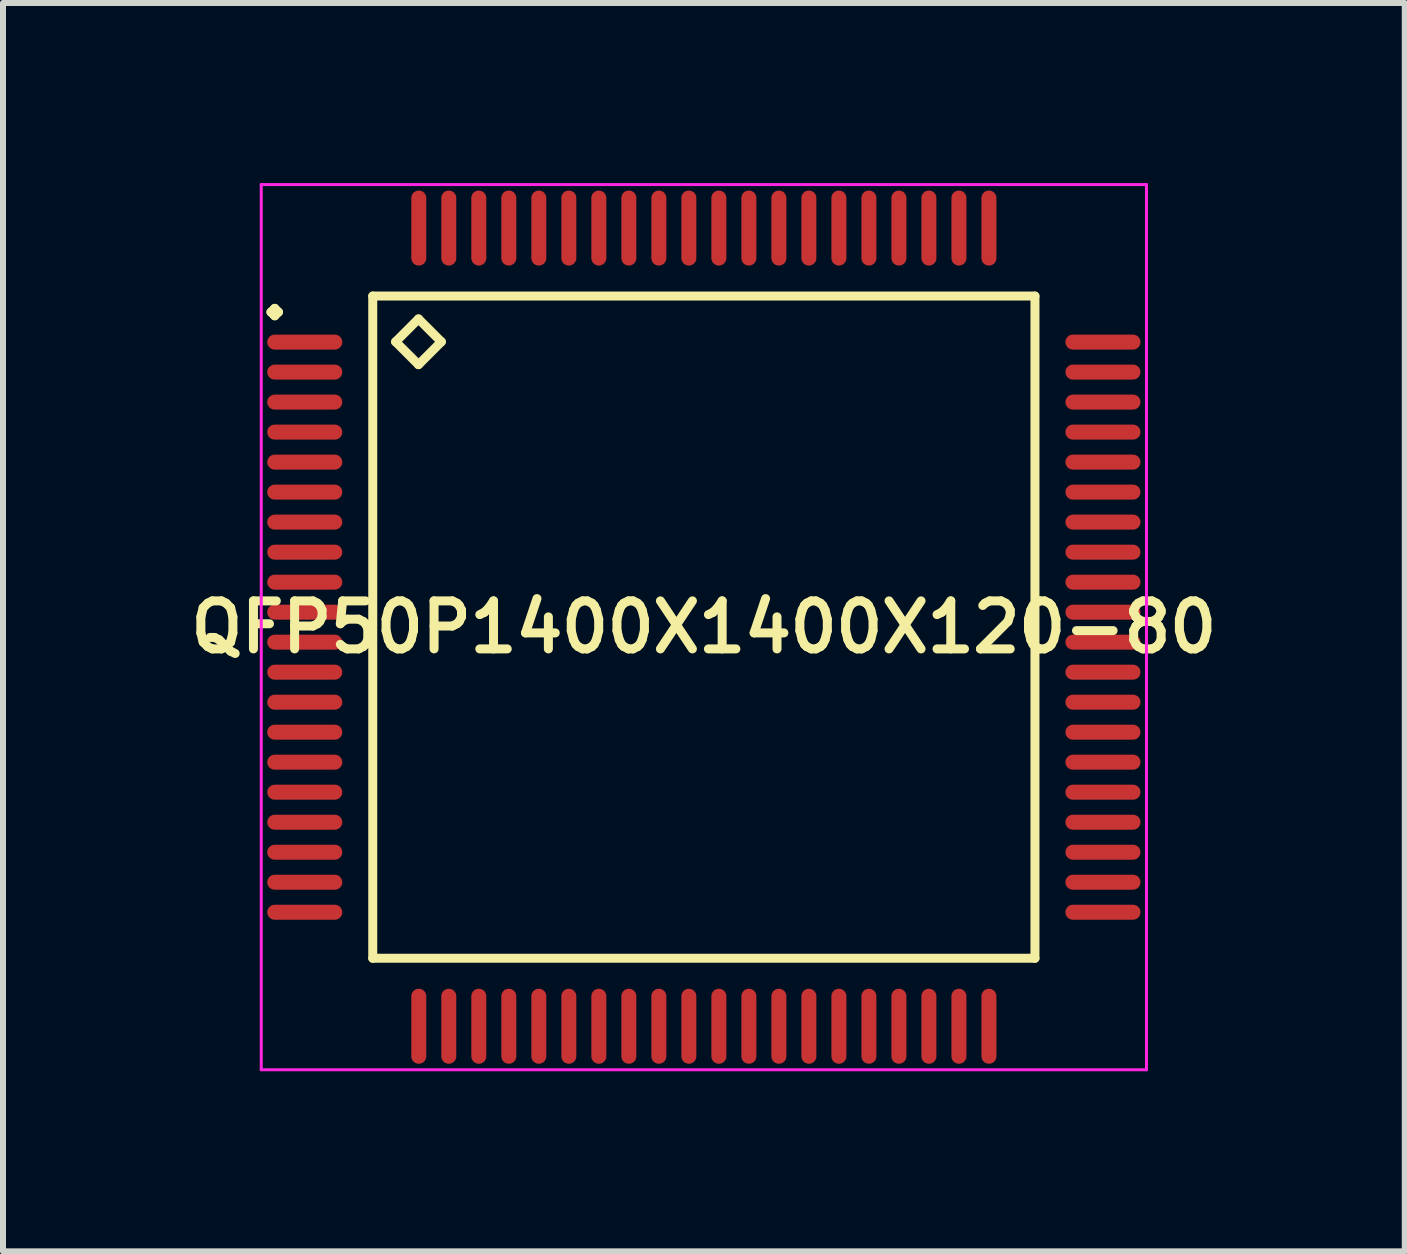
<source format=kicad_pcb>
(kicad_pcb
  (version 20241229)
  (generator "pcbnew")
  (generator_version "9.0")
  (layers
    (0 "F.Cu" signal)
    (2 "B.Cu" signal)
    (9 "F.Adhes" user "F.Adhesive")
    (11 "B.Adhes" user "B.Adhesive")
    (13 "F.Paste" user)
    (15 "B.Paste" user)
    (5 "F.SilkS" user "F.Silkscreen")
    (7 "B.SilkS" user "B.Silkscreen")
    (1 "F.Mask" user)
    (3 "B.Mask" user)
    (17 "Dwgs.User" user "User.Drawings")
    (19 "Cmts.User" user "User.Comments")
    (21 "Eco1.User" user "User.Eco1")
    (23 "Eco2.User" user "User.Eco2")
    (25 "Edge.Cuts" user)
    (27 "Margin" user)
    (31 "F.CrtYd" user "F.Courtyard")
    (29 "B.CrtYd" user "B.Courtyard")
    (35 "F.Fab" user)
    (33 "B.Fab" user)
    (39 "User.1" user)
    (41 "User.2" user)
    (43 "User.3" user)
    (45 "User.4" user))
  (footprint "QFP50P1400X1400X120-80"
    (layer "F.Cu")
    (at 8.678 7.4)
    (property "Reference" "QFP50P1400X1400X120-80" (at 0 0 0) (layer "F.SilkS") (effects (font (size 0.8 0.8) (thickness 0.15))))
    (attr smd)
    (fp_line (start -7.213 -5.25) (end -7.15 -5.312) (stroke (width 0.15) (type solid)) (layer "F.SilkS"))
    (fp_line (start -7.15 -5.312) (end -7.088 -5.25) (stroke (width 0.15) (type solid)) (layer "F.SilkS"))
    (fp_line (start -7.15 -5.188) (end -7.213 -5.25) (stroke (width 0.15) (type solid)) (layer "F.SilkS"))
    (fp_line (start -7.088 -5.25) (end -7.15 -5.188) (stroke (width 0.15) (type solid)) (layer "F.SilkS"))
    (fp_line (start -5.517 -5.517) (end -5.517 5.517) (stroke (width 0.15) (type solid)) (layer "F.SilkS"))
    (fp_line (start -5.517 5.517) (end 5.517 5.517) (stroke (width 0.15) (type solid)) (layer "F.SilkS"))
    (fp_line (start -5.136 -4.755) (end -4.755 -5.136) (stroke (width 0.15) (type solid)) (layer "F.SilkS"))
    (fp_line (start -4.755 -5.136) (end -4.374 -4.755) (stroke (width 0.15) (type solid)) (layer "F.SilkS"))
    (fp_line (start -4.755 -4.374) (end -5.136 -4.755) (stroke (width 0.15) (type solid)) (layer "F.SilkS"))
    (fp_line (start -4.374 -4.755) (end -4.755 -4.374) (stroke (width 0.15) (type solid)) (layer "F.SilkS"))
    (fp_line (start 5.517 -5.517) (end -5.517 -5.517) (stroke (width 0.15) (type solid)) (layer "F.SilkS"))
    (fp_line (start 5.517 5.517) (end 5.517 -5.517) (stroke (width 0.15) (type solid)) (layer "F.SilkS"))
    (fp_line (start -7.375 -7.375) (end 7.375 -7.375) (stroke (width 0.05) (type solid)) (layer "F.CrtYd"))
    (fp_line (start -7.375 7.375) (end -7.375 -7.375) (stroke (width 0.05) (type solid)) (layer "F.CrtYd"))
    (fp_line (start 7.375 -7.375) (end 7.375 7.375) (stroke (width 0.05) (type solid)) (layer "F.CrtYd"))
    (fp_line (start 7.375 7.375) (end -7.375 7.375) (stroke (width 0.05) (type solid)) (layer "F.CrtYd"))
    (pad "1" smd oval (at -6.65 -4.75) (size 1.25 0.25) (layers "F.Cu" "F.Mask" "F.Paste"))
    (pad "2" smd oval (at -6.65 -4.25) (size 1.25 0.25) (layers "F.Cu" "F.Mask" "F.Paste"))
    (pad "3" smd oval (at -6.65 -3.75) (size 1.25 0.25) (layers "F.Cu" "F.Mask" "F.Paste"))
    (pad "4" smd oval (at -6.65 -3.25) (size 1.25 0.25) (layers "F.Cu" "F.Mask" "F.Paste"))
    (pad "5" smd oval (at -6.65 -2.75) (size 1.25 0.25) (layers "F.Cu" "F.Mask" "F.Paste"))
    (pad "6" smd oval (at -6.65 -2.25) (size 1.25 0.25) (layers "F.Cu" "F.Mask" "F.Paste"))
    (pad "7" smd oval (at -6.65 -1.75) (size 1.25 0.25) (layers "F.Cu" "F.Mask" "F.Paste"))
    (pad "8" smd oval (at -6.65 -1.25) (size 1.25 0.25) (layers "F.Cu" "F.Mask" "F.Paste"))
    (pad "9" smd oval (at -6.65 -0.75) (size 1.25 0.25) (layers "F.Cu" "F.Mask" "F.Paste"))
    (pad "10" smd oval (at -6.65 -0.25) (size 1.25 0.25) (layers "F.Cu" "F.Mask" "F.Paste"))
    (pad "11" smd oval (at -6.65 0.25) (size 1.25 0.25) (layers "F.Cu" "F.Mask" "F.Paste"))
    (pad "12" smd oval (at -6.65 0.75) (size 1.25 0.25) (layers "F.Cu" "F.Mask" "F.Paste"))
    (pad "13" smd oval (at -6.65 1.25) (size 1.25 0.25) (layers "F.Cu" "F.Mask" "F.Paste"))
    (pad "14" smd oval (at -6.65 1.75) (size 1.25 0.25) (layers "F.Cu" "F.Mask" "F.Paste"))
    (pad "15" smd oval (at -6.65 2.25) (size 1.25 0.25) (layers "F.Cu" "F.Mask" "F.Paste"))
    (pad "16" smd oval (at -6.65 2.75) (size 1.25 0.25) (layers "F.Cu" "F.Mask" "F.Paste"))
    (pad "17" smd oval (at -6.65 3.25) (size 1.25 0.25) (layers "F.Cu" "F.Mask" "F.Paste"))
    (pad "18" smd oval (at -6.65 3.75) (size 1.25 0.25) (layers "F.Cu" "F.Mask" "F.Paste"))
    (pad "19" smd oval (at -6.65 4.25) (size 1.25 0.25) (layers "F.Cu" "F.Mask" "F.Paste"))
    (pad "20" smd oval (at -6.65 4.75) (size 1.25 0.25) (layers "F.Cu" "F.Mask" "F.Paste"))
    (pad "21" smd oval (at -4.75 6.65) (size 0.25 1.25) (layers "F.Cu" "F.Mask" "F.Paste"))
    (pad "22" smd oval (at -4.25 6.65) (size 0.25 1.25) (layers "F.Cu" "F.Mask" "F.Paste"))
    (pad "23" smd oval (at -3.75 6.65) (size 0.25 1.25) (layers "F.Cu" "F.Mask" "F.Paste"))
    (pad "24" smd oval (at -3.25 6.65) (size 0.25 1.25) (layers "F.Cu" "F.Mask" "F.Paste"))
    (pad "25" smd oval (at -2.75 6.65) (size 0.25 1.25) (layers "F.Cu" "F.Mask" "F.Paste"))
    (pad "26" smd oval (at -2.25 6.65) (size 0.25 1.25) (layers "F.Cu" "F.Mask" "F.Paste"))
    (pad "27" smd oval (at -1.75 6.65) (size 0.25 1.25) (layers "F.Cu" "F.Mask" "F.Paste"))
    (pad "28" smd oval (at -1.25 6.65) (size 0.25 1.25) (layers "F.Cu" "F.Mask" "F.Paste"))
    (pad "29" smd oval (at -0.75 6.65) (size 0.25 1.25) (layers "F.Cu" "F.Mask" "F.Paste"))
    (pad "30" smd oval (at -0.25 6.65) (size 0.25 1.25) (layers "F.Cu" "F.Mask" "F.Paste"))
    (pad "31" smd oval (at 0.25 6.65) (size 0.25 1.25) (layers "F.Cu" "F.Mask" "F.Paste"))
    (pad "32" smd oval (at 0.75 6.65) (size 0.25 1.25) (layers "F.Cu" "F.Mask" "F.Paste"))
    (pad "33" smd oval (at 1.25 6.65) (size 0.25 1.25) (layers "F.Cu" "F.Mask" "F.Paste"))
    (pad "34" smd oval (at 1.75 6.65) (size 0.25 1.25) (layers "F.Cu" "F.Mask" "F.Paste"))
    (pad "35" smd oval (at 2.25 6.65) (size 0.25 1.25) (layers "F.Cu" "F.Mask" "F.Paste"))
    (pad "36" smd oval (at 2.75 6.65) (size 0.25 1.25) (layers "F.Cu" "F.Mask" "F.Paste"))
    (pad "37" smd oval (at 3.25 6.65) (size 0.25 1.25) (layers "F.Cu" "F.Mask" "F.Paste"))
    (pad "38" smd oval (at 3.75 6.65) (size 0.25 1.25) (layers "F.Cu" "F.Mask" "F.Paste"))
    (pad "39" smd oval (at 4.25 6.65) (size 0.25 1.25) (layers "F.Cu" "F.Mask" "F.Paste"))
    (pad "40" smd oval (at 4.75 6.65) (size 0.25 1.25) (layers "F.Cu" "F.Mask" "F.Paste"))
    (pad "41" smd oval (at 6.65 4.75) (size 1.25 0.25) (layers "F.Cu" "F.Mask" "F.Paste"))
    (pad "42" smd oval (at 6.65 4.25) (size 1.25 0.25) (layers "F.Cu" "F.Mask" "F.Paste"))
    (pad "43" smd oval (at 6.65 3.75) (size 1.25 0.25) (layers "F.Cu" "F.Mask" "F.Paste"))
    (pad "44" smd oval (at 6.65 3.25) (size 1.25 0.25) (layers "F.Cu" "F.Mask" "F.Paste"))
    (pad "45" smd oval (at 6.65 2.75) (size 1.25 0.25) (layers "F.Cu" "F.Mask" "F.Paste"))
    (pad "46" smd oval (at 6.65 2.25) (size 1.25 0.25) (layers "F.Cu" "F.Mask" "F.Paste"))
    (pad "47" smd oval (at 6.65 1.75) (size 1.25 0.25) (layers "F.Cu" "F.Mask" "F.Paste"))
    (pad "48" smd oval (at 6.65 1.25) (size 1.25 0.25) (layers "F.Cu" "F.Mask" "F.Paste"))
    (pad "49" smd oval (at 6.65 0.75) (size 1.25 0.25) (layers "F.Cu" "F.Mask" "F.Paste"))
    (pad "50" smd oval (at 6.65 0.25) (size 1.25 0.25) (layers "F.Cu" "F.Mask" "F.Paste"))
    (pad "51" smd oval (at 6.65 -0.25) (size 1.25 0.25) (layers "F.Cu" "F.Mask" "F.Paste"))
    (pad "52" smd oval (at 6.65 -0.75) (size 1.25 0.25) (layers "F.Cu" "F.Mask" "F.Paste"))
    (pad "53" smd oval (at 6.65 -1.25) (size 1.25 0.25) (layers "F.Cu" "F.Mask" "F.Paste"))
    (pad "54" smd oval (at 6.65 -1.75) (size 1.25 0.25) (layers "F.Cu" "F.Mask" "F.Paste"))
    (pad "55" smd oval (at 6.65 -2.25) (size 1.25 0.25) (layers "F.Cu" "F.Mask" "F.Paste"))
    (pad "56" smd oval (at 6.65 -2.75) (size 1.25 0.25) (layers "F.Cu" "F.Mask" "F.Paste"))
    (pad "57" smd oval (at 6.65 -3.25) (size 1.25 0.25) (layers "F.Cu" "F.Mask" "F.Paste"))
    (pad "58" smd oval (at 6.65 -3.75) (size 1.25 0.25) (layers "F.Cu" "F.Mask" "F.Paste"))
    (pad "59" smd oval (at 6.65 -4.25) (size 1.25 0.25) (layers "F.Cu" "F.Mask" "F.Paste"))
    (pad "60" smd oval (at 6.65 -4.75) (size 1.25 0.25) (layers "F.Cu" "F.Mask" "F.Paste"))
    (pad "61" smd oval (at 4.75 -6.65) (size 0.25 1.25) (layers "F.Cu" "F.Mask" "F.Paste"))
    (pad "62" smd oval (at 4.25 -6.65) (size 0.25 1.25) (layers "F.Cu" "F.Mask" "F.Paste"))
    (pad "63" smd oval (at 3.75 -6.65) (size 0.25 1.25) (layers "F.Cu" "F.Mask" "F.Paste"))
    (pad "64" smd oval (at 3.25 -6.65) (size 0.25 1.25) (layers "F.Cu" "F.Mask" "F.Paste"))
    (pad "65" smd oval (at 2.75 -6.65) (size 0.25 1.25) (layers "F.Cu" "F.Mask" "F.Paste"))
    (pad "66" smd oval (at 2.25 -6.65) (size 0.25 1.25) (layers "F.Cu" "F.Mask" "F.Paste"))
    (pad "67" smd oval (at 1.75 -6.65) (size 0.25 1.25) (layers "F.Cu" "F.Mask" "F.Paste"))
    (pad "68" smd oval (at 1.25 -6.65) (size 0.25 1.25) (layers "F.Cu" "F.Mask" "F.Paste"))
    (pad "69" smd oval (at 0.75 -6.65) (size 0.25 1.25) (layers "F.Cu" "F.Mask" "F.Paste"))
    (pad "70" smd oval (at 0.25 -6.65) (size 0.25 1.25) (layers "F.Cu" "F.Mask" "F.Paste"))
    (pad "71" smd oval (at -0.25 -6.65) (size 0.25 1.25) (layers "F.Cu" "F.Mask" "F.Paste"))
    (pad "72" smd oval (at -0.75 -6.65) (size 0.25 1.25) (layers "F.Cu" "F.Mask" "F.Paste"))
    (pad "73" smd oval (at -1.25 -6.65) (size 0.25 1.25) (layers "F.Cu" "F.Mask" "F.Paste"))
    (pad "74" smd oval (at -1.75 -6.65) (size 0.25 1.25) (layers "F.Cu" "F.Mask" "F.Paste"))
    (pad "75" smd oval (at -2.25 -6.65) (size 0.25 1.25) (layers "F.Cu" "F.Mask" "F.Paste"))
    (pad "76" smd oval (at -2.75 -6.65) (size 0.25 1.25) (layers "F.Cu" "F.Mask" "F.Paste"))
    (pad "77" smd oval (at -3.25 -6.65) (size 0.25 1.25) (layers "F.Cu" "F.Mask" "F.Paste"))
    (pad "78" smd oval (at -3.75 -6.65) (size 0.25 1.25) (layers "F.Cu" "F.Mask" "F.Paste"))
    (pad "79" smd oval (at -4.25 -6.65) (size 0.25 1.25) (layers "F.Cu" "F.Mask" "F.Paste"))
    (pad "80" smd oval (at -4.75 -6.65) (size 0.25 1.25) (layers "F.Cu" "F.Mask" "F.Paste")))
  (gr_rect
    (start -3 -3)
    (end 20.357 17.8)
    (stroke (width 0.1) (type default))
    (fill no)
    (layer "Edge.Cuts")))
</source>
